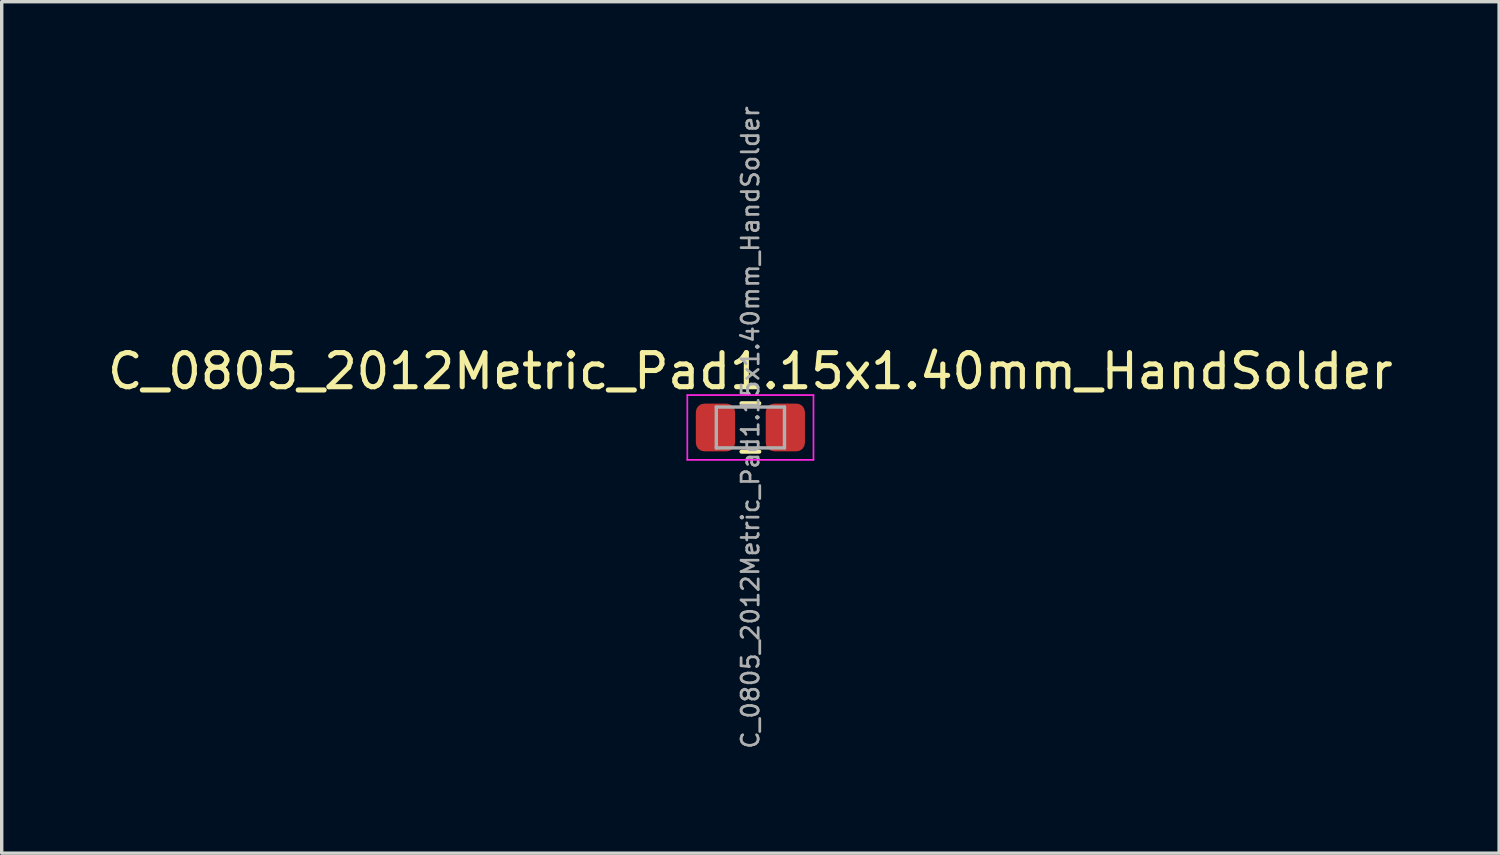
<source format=kicad_pcb>
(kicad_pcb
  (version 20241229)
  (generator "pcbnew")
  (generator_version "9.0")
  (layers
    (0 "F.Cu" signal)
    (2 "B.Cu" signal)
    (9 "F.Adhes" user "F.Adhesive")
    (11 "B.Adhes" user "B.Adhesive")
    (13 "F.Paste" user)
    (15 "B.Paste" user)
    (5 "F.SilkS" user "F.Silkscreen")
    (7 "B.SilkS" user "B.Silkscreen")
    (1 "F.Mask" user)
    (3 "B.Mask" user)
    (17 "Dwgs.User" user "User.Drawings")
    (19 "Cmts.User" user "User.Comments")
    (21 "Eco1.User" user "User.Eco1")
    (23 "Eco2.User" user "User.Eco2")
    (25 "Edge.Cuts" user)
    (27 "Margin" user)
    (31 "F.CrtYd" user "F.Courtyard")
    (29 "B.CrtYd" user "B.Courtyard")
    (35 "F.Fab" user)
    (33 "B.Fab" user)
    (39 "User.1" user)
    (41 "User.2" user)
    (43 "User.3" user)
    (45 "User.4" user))
  (footprint "C_0805_2012Metric_Pad1.15x1.40mm_HandSolder"
    (layer "F.Cu")
    (at 18.958 9.487)
    (property "Reference" "C_0805_2012Metric_Pad1.15x1.40mm_HandSolder" (at 0 -1.65 180) (layer "F.SilkS") (effects (font (size 1 1) (thickness 0.15))))
    (attr smd)
    (fp_line (start -0.261 -0.71) (end 0.261 -0.71) (stroke (width 0.12) (type solid)) (layer "F.SilkS"))
    (fp_line (start -0.261 0.71) (end 0.261 0.71) (stroke (width 0.12) (type solid)) (layer "F.SilkS"))
    (fp_line (start -1.85 -0.95) (end 1.85 -0.95) (stroke (width 0.05) (type solid)) (layer "F.CrtYd"))
    (fp_line (start -1.85 0.95) (end -1.85 -0.95) (stroke (width 0.05) (type solid)) (layer "F.CrtYd"))
    (fp_line (start 1.85 -0.95) (end 1.85 0.95) (stroke (width 0.05) (type solid)) (layer "F.CrtYd"))
    (fp_line (start 1.85 0.95) (end -1.85 0.95) (stroke (width 0.05) (type solid)) (layer "F.CrtYd"))
    (fp_line (start -1 -0.6) (end 1 -0.6) (stroke (width 0.1) (type solid)) (layer "F.Fab"))
    (fp_line (start -1 0.6) (end -1 -0.6) (stroke (width 0.1) (type solid)) (layer "F.Fab"))
    (fp_line (start 1 -0.6) (end 1 0.6) (stroke (width 0.1) (type solid)) (layer "F.Fab"))
    (fp_line (start 1 0.6) (end -1 0.6) (stroke (width 0.1) (type solid)) (layer "F.Fab"))
    (fp_text user "${REFERENCE}" (at 0 0 90) (layer "F.Fab") (effects (font (size 0.5 0.5) (thickness 0.08))))
    (pad "1" smd roundrect (at -1.025 0) (size 1.15 1.4) (layers "F.Cu" "F.Mask" "F.Paste") (roundrect_rratio 0.217))
    (pad "2" smd roundrect (at 1.025 0) (size 1.15 1.4) (layers "F.Cu" "F.Mask" "F.Paste") (roundrect_rratio 0.217)))
  (gr_rect
    (start -3 -3)
    (end 40.917 21.973)
    (stroke (width 0.1) (type default))
    (fill no)
    (layer "Edge.Cuts")))
</source>
